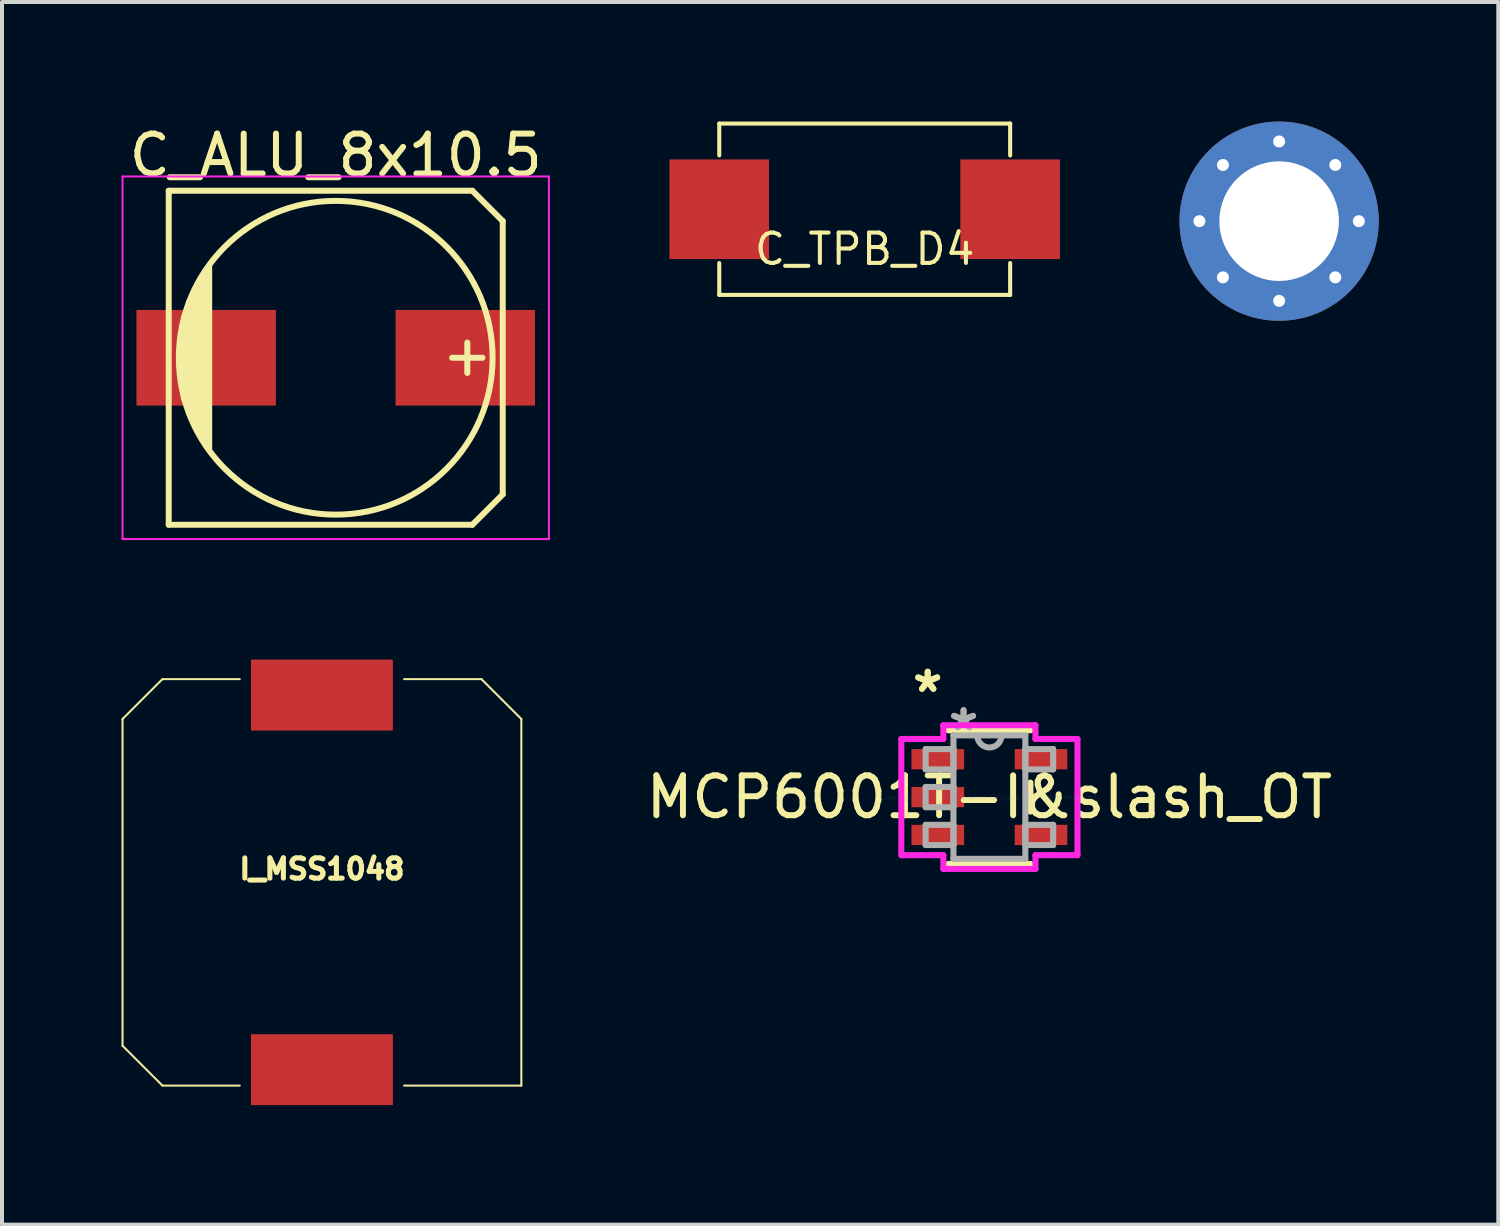
<source format=kicad_pcb>
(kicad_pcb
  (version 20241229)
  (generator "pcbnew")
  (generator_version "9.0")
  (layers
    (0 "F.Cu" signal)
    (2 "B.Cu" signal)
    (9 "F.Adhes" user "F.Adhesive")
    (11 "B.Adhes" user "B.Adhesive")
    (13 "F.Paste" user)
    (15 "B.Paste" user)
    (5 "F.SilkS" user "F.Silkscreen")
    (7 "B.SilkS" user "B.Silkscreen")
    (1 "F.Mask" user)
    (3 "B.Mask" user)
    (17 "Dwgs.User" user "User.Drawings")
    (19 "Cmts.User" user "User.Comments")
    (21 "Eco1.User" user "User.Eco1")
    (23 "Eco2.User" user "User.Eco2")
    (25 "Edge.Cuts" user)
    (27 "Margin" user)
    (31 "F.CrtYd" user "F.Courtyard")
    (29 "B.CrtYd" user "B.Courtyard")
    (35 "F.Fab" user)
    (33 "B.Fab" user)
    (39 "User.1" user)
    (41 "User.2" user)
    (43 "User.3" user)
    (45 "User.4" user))
  (footprint "MCP6001T-I&slash_OT"
    (layer "F.Cu")
    (at 21.779 16.953)
    (property "Reference" "MCP6001T-I&slash_OT" (at 0 0 0) (layer "F.SilkS") (effects (font (size 1 1) (thickness 0.15))))
    (attr through_hole)
    (fp_line (start -1.029 1.676) (end 1.029 1.676) (stroke (width 0.152) (type solid)) (layer "F.SilkS"))
    (fp_line (start 1.029 -1.676) (end -1.029 -1.676) (stroke (width 0.152) (type solid)) (layer "F.SilkS"))
    (fp_line (start 1.029 0.363) (end 1.029 -0.363) (stroke (width 0.152) (type solid)) (layer "F.SilkS"))
    (fp_line (start -2.21 -1.458) (end -1.156 -1.458) (stroke (width 0.152) (type solid)) (layer "F.CrtYd"))
    (fp_line (start -2.21 1.458) (end -2.21 -1.458) (stroke (width 0.152) (type solid)) (layer "F.CrtYd"))
    (fp_line (start -1.156 -1.803) (end 1.156 -1.803) (stroke (width 0.152) (type solid)) (layer "F.CrtYd"))
    (fp_line (start -1.156 -1.458) (end -1.156 -1.803) (stroke (width 0.152) (type solid)) (layer "F.CrtYd"))
    (fp_line (start -1.156 1.458) (end -2.21 1.458) (stroke (width 0.152) (type solid)) (layer "F.CrtYd"))
    (fp_line (start -1.156 1.803) (end -1.156 1.458) (stroke (width 0.152) (type solid)) (layer "F.CrtYd"))
    (fp_line (start 1.156 -1.803) (end 1.156 -1.458) (stroke (width 0.152) (type solid)) (layer "F.CrtYd"))
    (fp_line (start 1.156 -1.458) (end 2.21 -1.458) (stroke (width 0.152) (type solid)) (layer "F.CrtYd"))
    (fp_line (start 1.156 1.458) (end 1.156 1.803) (stroke (width 0.152) (type solid)) (layer "F.CrtYd"))
    (fp_line (start 1.156 1.803) (end -1.156 1.803) (stroke (width 0.152) (type solid)) (layer "F.CrtYd"))
    (fp_line (start 2.21 -1.458) (end 2.21 1.458) (stroke (width 0.152) (type solid)) (layer "F.CrtYd"))
    (fp_line (start 2.21 1.458) (end 1.156 1.458) (stroke (width 0.152) (type solid)) (layer "F.CrtYd"))
    (fp_line (start -1.6 -1.204) (end -1.6 -0.696) (stroke (width 0.152) (type solid)) (layer "F.Fab"))
    (fp_line (start -1.6 -0.696) (end -0.902 -0.696) (stroke (width 0.152) (type solid)) (layer "F.Fab"))
    (fp_line (start -1.6 -0.254) (end -1.6 0.254) (stroke (width 0.152) (type solid)) (layer "F.Fab"))
    (fp_line (start -1.6 0.254) (end -0.902 0.254) (stroke (width 0.152) (type solid)) (layer "F.Fab"))
    (fp_line (start -1.6 0.696) (end -1.6 1.204) (stroke (width 0.152) (type solid)) (layer "F.Fab"))
    (fp_line (start -1.6 1.204) (end -0.902 1.204) (stroke (width 0.152) (type solid)) (layer "F.Fab"))
    (fp_line (start -0.902 -1.549) (end -0.902 1.549) (stroke (width 0.152) (type solid)) (layer "F.Fab"))
    (fp_line (start -0.902 -1.204) (end -1.6 -1.204) (stroke (width 0.152) (type solid)) (layer "F.Fab"))
    (fp_line (start -0.902 -0.696) (end -0.902 -1.204) (stroke (width 0.152) (type solid)) (layer "F.Fab"))
    (fp_line (start -0.902 -0.254) (end -1.6 -0.254) (stroke (width 0.152) (type solid)) (layer "F.Fab"))
    (fp_line (start -0.902 0.254) (end -0.902 -0.254) (stroke (width 0.152) (type solid)) (layer "F.Fab"))
    (fp_line (start -0.902 0.696) (end -1.6 0.696) (stroke (width 0.152) (type solid)) (layer "F.Fab"))
    (fp_line (start -0.902 1.204) (end -0.902 0.696) (stroke (width 0.152) (type solid)) (layer "F.Fab"))
    (fp_line (start -0.902 1.549) (end 0.902 1.549) (stroke (width 0.152) (type solid)) (layer "F.Fab"))
    (fp_line (start 0.902 -1.549) (end -0.902 -1.549) (stroke (width 0.152) (type solid)) (layer "F.Fab"))
    (fp_line (start 0.902 -1.204) (end 0.902 -0.696) (stroke (width 0.152) (type solid)) (layer "F.Fab"))
    (fp_line (start 0.902 -0.696) (end 1.6 -0.696) (stroke (width 0.152) (type solid)) (layer "F.Fab"))
    (fp_line (start 0.902 0.696) (end 0.902 1.204) (stroke (width 0.152) (type solid)) (layer "F.Fab"))
    (fp_line (start 0.902 1.204) (end 1.6 1.204) (stroke (width 0.152) (type solid)) (layer "F.Fab"))
    (fp_line (start 0.902 1.549) (end 0.902 -1.549) (stroke (width 0.152) (type solid)) (layer "F.Fab"))
    (fp_line (start 1.6 -1.204) (end 0.902 -1.204) (stroke (width 0.152) (type solid)) (layer "F.Fab"))
    (fp_line (start 1.6 -0.696) (end 1.6 -1.204) (stroke (width 0.152) (type solid)) (layer "F.Fab"))
    (fp_line (start 1.6 0.696) (end 0.902 0.696) (stroke (width 0.152) (type solid)) (layer "F.Fab"))
    (fp_line (start 1.6 1.204) (end 1.6 0.696) (stroke (width 0.152) (type solid)) (layer "F.Fab"))
    (fp_arc (start 0.3048 -1.5494) (mid 0 -1.2446) (end -0.3048 -1.5494) (stroke (width 0.1524) (type solid)) (layer "F.Fab"))
    (fp_text user "*" (at -1.549 -2.601 0) (layer "F.SilkS") (effects (font (size 1 1) (thickness 0.15))))
    (fp_text user "*" (at -1.549 -2.601 0) (layer "F.SilkS") (effects (font (size 1 1) (thickness 0.15))))
    (fp_text user "Copyright 2016 Accelerated Designs. All rights reserved." (at 0 0 0) (layer "Cmts.User") (effects (font (size 0.127 0.127) (thickness 0.002))))
    (fp_text user "*" (at -0.648 -1.636 0) (layer "F.Fab") (effects (font (size 1 1) (thickness 0.15))))
    (fp_text user "*" (at -0.648 -1.636 0) (layer "F.Fab") (effects (font (size 1 1) (thickness 0.15))))
    (pad "1" smd rect (at -1.295 -0.95) (size 1.321 0.508) (layers "F.Cu" "F.Mask" "F.Paste"))
    (pad "2" smd rect (at -1.295 0) (size 1.321 0.508) (layers "F.Cu" "F.Mask" "F.Paste"))
    (pad "3" smd rect (at -1.295 0.95) (size 1.321 0.508) (layers "F.Cu" "F.Mask" "F.Paste"))
    (pad "4" smd rect (at 1.295 0.95) (size 1.321 0.508) (layers "F.Cu" "F.Mask" "F.Paste"))
    (pad "5" smd rect (at 1.295 -0.95) (size 1.321 0.508) (layers "F.Cu" "F.Mask" "F.Paste")))
  (footprint "C_ALU_8x10.5"
    (layer "F.Cu")
    (at 5.375 5.928)
    (property "Reference" "C_ALU_8x10.5" (at 0 -5.08 0) (layer "F.SilkS") (effects (font (size 1 1) (thickness 0.15))))
    (attr smd)
    (fp_line (start -4.191 -4.191) (end -4.191 4.191) (stroke (width 0.15) (type solid)) (layer "F.SilkS"))
    (fp_line (start -4.191 4.191) (end 3.429 4.191) (stroke (width 0.15) (type solid)) (layer "F.SilkS"))
    (fp_line (start -3.81 -1.016) (end -3.81 1.016) (stroke (width 0.15) (type solid)) (layer "F.SilkS"))
    (fp_line (start -3.683 1.397) (end -3.683 -1.397) (stroke (width 0.15) (type solid)) (layer "F.SilkS"))
    (fp_line (start -3.556 -1.651) (end -3.556 1.651) (stroke (width 0.15) (type solid)) (layer "F.SilkS"))
    (fp_line (start -3.429 1.905) (end -3.429 -1.905) (stroke (width 0.15) (type solid)) (layer "F.SilkS"))
    (fp_line (start -3.302 2.032) (end -3.302 -2.032) (stroke (width 0.15) (type solid)) (layer "F.SilkS"))
    (fp_line (start -3.175 -2.286) (end -3.175 2.286) (stroke (width 0.15) (type solid)) (layer "F.SilkS"))
    (fp_line (start 3.302 -0.381) (end 3.302 0.381) (stroke (width 0.15) (type solid)) (layer "F.SilkS"))
    (fp_line (start 3.429 -4.191) (end -4.191 -4.191) (stroke (width 0.15) (type solid)) (layer "F.SilkS"))
    (fp_line (start 3.429 4.191) (end 4.191 3.429) (stroke (width 0.15) (type solid)) (layer "F.SilkS"))
    (fp_line (start 3.683 0) (end 2.921 0) (stroke (width 0.15) (type solid)) (layer "F.SilkS"))
    (fp_line (start 4.191 -3.429) (end 3.429 -4.191) (stroke (width 0.15) (type solid)) (layer "F.SilkS"))
    (fp_line (start 4.191 3.429) (end 4.191 -3.429) (stroke (width 0.15) (type solid)) (layer "F.SilkS"))
    (fp_circle (center 0 0) (end 3.937 0) (stroke (width 0.15) (type solid)) (fill no) (layer "F.SilkS"))
    (fp_line (start -5.35 -4.55) (end 5.35 -4.55) (stroke (width 0.05) (type solid)) (layer "F.CrtYd"))
    (fp_line (start -5.35 4.55) (end -5.35 -4.55) (stroke (width 0.05) (type solid)) (layer "F.CrtYd"))
    (fp_line (start 5.35 -4.55) (end 5.35 4.55) (stroke (width 0.05) (type solid)) (layer "F.CrtYd"))
    (fp_line (start 5.35 4.55) (end -5.35 4.55) (stroke (width 0.05) (type solid)) (layer "F.CrtYd"))
    (pad "1" smd rect (at 3.251 0) (size 3.5 2.4) (layers "F.Cu" "F.Mask" "F.Paste"))
    (pad "2" smd rect (at -3.251 0) (size 3.5 2.4) (layers "F.Cu" "F.Mask" "F.Paste")))
  (footprint "C_TPB_D4"
    (layer "F.Cu")
    (at 18.65 2.201)
    (property "Reference" "C_TPB_D4" (at 0 1 0) (layer "F.SilkS") (effects (font (size 0.762 0.762) (thickness 0.102))))
    (attr through_hole)
    (fp_line (start -3.65 -2.15) (end -3.65 -1.35) (stroke (width 0.102) (type solid)) (layer "F.SilkS"))
    (fp_line (start -3.65 -2.15) (end 3.65 -2.15) (stroke (width 0.102) (type solid)) (layer "F.SilkS"))
    (fp_line (start -3.65 2.15) (end -3.65 1.35) (stroke (width 0.102) (type solid)) (layer "F.SilkS"))
    (fp_line (start 3.65 -2.15) (end 3.65 -1.35) (stroke (width 0.102) (type solid)) (layer "F.SilkS"))
    (fp_line (start 3.65 2.15) (end -3.65 2.15) (stroke (width 0.102) (type solid)) (layer "F.SilkS"))
    (fp_line (start 3.65 2.15) (end 3.65 1.35) (stroke (width 0.102) (type solid)) (layer "F.SilkS"))
    (pad "1" smd rect (at -3.65 0) (size 2.5 2.5) (layers "F.Cu" "F.Mask" "F.Paste"))
    (pad "2" smd rect (at 3.65 0) (size 2.5 2.5) (layers "F.Cu" "F.Mask" "F.Paste")))
  (footprint "I_MSS1048"
    (layer "F.Cu")
    (at 5.029 19.093)
    (property "Reference" "I_MSS1048" (at 0 -0.335 0) (layer "F.SilkS") (effects (font (size 0.508 0.508) (thickness 0.127))))
    (attr through_hole)
    (fp_line (start -5.004 -4.1) (end -5.004 4.1) (stroke (width 0.051) (type solid)) (layer "F.SilkS"))
    (fp_line (start -4.003 -5.1) (end -5.004 -4.1) (stroke (width 0.051) (type solid)) (layer "F.SilkS"))
    (fp_line (start -4.003 -5.1) (end -2.062 -5.1) (stroke (width 0.051) (type solid)) (layer "F.SilkS"))
    (fp_line (start -4.003 5.1) (end -5.004 4.1) (stroke (width 0.051) (type solid)) (layer "F.SilkS"))
    (fp_line (start -4.003 5.1) (end -2.062 5.1) (stroke (width 0.051) (type solid)) (layer "F.SilkS"))
    (fp_line (start 4.003 -5.1) (end 2.062 -5.1) (stroke (width 0.051) (type solid)) (layer "F.SilkS"))
    (fp_line (start 4.003 -5.1) (end 5.004 -4.1) (stroke (width 0.051) (type solid)) (layer "F.SilkS"))
    (fp_line (start 5.004 5.1) (end 2.062 5.1) (stroke (width 0.051) (type solid)) (layer "F.SilkS"))
    (fp_line (start 5.004 5.1) (end 5.004 -4.1) (stroke (width 0.051) (type solid)) (layer "F.SilkS"))
    (pad "1" smd rect (at 0 4.7) (size 3.56 1.78) (layers "F.Cu" "F.Mask" "F.Paste"))
    (pad "2" smd rect (at 0 -4.7) (size 3.56 1.78) (layers "F.Cu" "F.Mask" "F.Paste")))
  (footprint "FIX"
    (layer "F.Cu")
    (at 29.05 2.5)
    (property "Reference" "FIX" (at 0 0.851 0) (layer "F.SilkS") (effects (font (size 0.5 0.5) (thickness 0.125))))
    (attr through_hole)
    (pad "1" thru_hole circle (at -2 0) (size 0.8 0.8) (drill 0.3) (layers "*.Cu" "*.Mask"))
    (pad "1" thru_hole circle (at -1.41 -1.41) (size 0.8 0.8) (drill 0.3) (layers "*.Cu" "*.Mask"))
    (pad "1" thru_hole circle (at -1.41 1.41) (size 0.8 0.8) (drill 0.3) (layers "*.Cu" "*.Mask"))
    (pad "1" thru_hole circle (at 0 -2) (size 0.8 0.8) (drill 0.3) (layers "*.Cu" "*.Mask"))
    (pad "1" thru_hole circle (at 0 0) (size 5 5) (drill 3) (layers "*.Cu" "*.Mask"))
    (pad "1" thru_hole circle (at 0 2) (size 0.8 0.8) (drill 0.3) (layers "*.Cu" "*.Mask"))
    (pad "1" thru_hole circle (at 1.41 -1.41) (size 0.8 0.8) (drill 0.3) (layers "*.Cu" "*.Mask"))
    (pad "1" thru_hole circle (at 1.41 1.41) (size 0.8 0.8) (drill 0.3) (layers "*.Cu" "*.Mask"))
    (pad "1" thru_hole circle (at 2 0) (size 0.8 0.8) (drill 0.3) (layers "*.Cu" "*.Mask")))
  (gr_rect
    (start -3 -3)
    (end 34.55 27.683)
    (stroke (width 0.1) (type default))
    (fill no)
    (layer "Edge.Cuts")))
</source>
